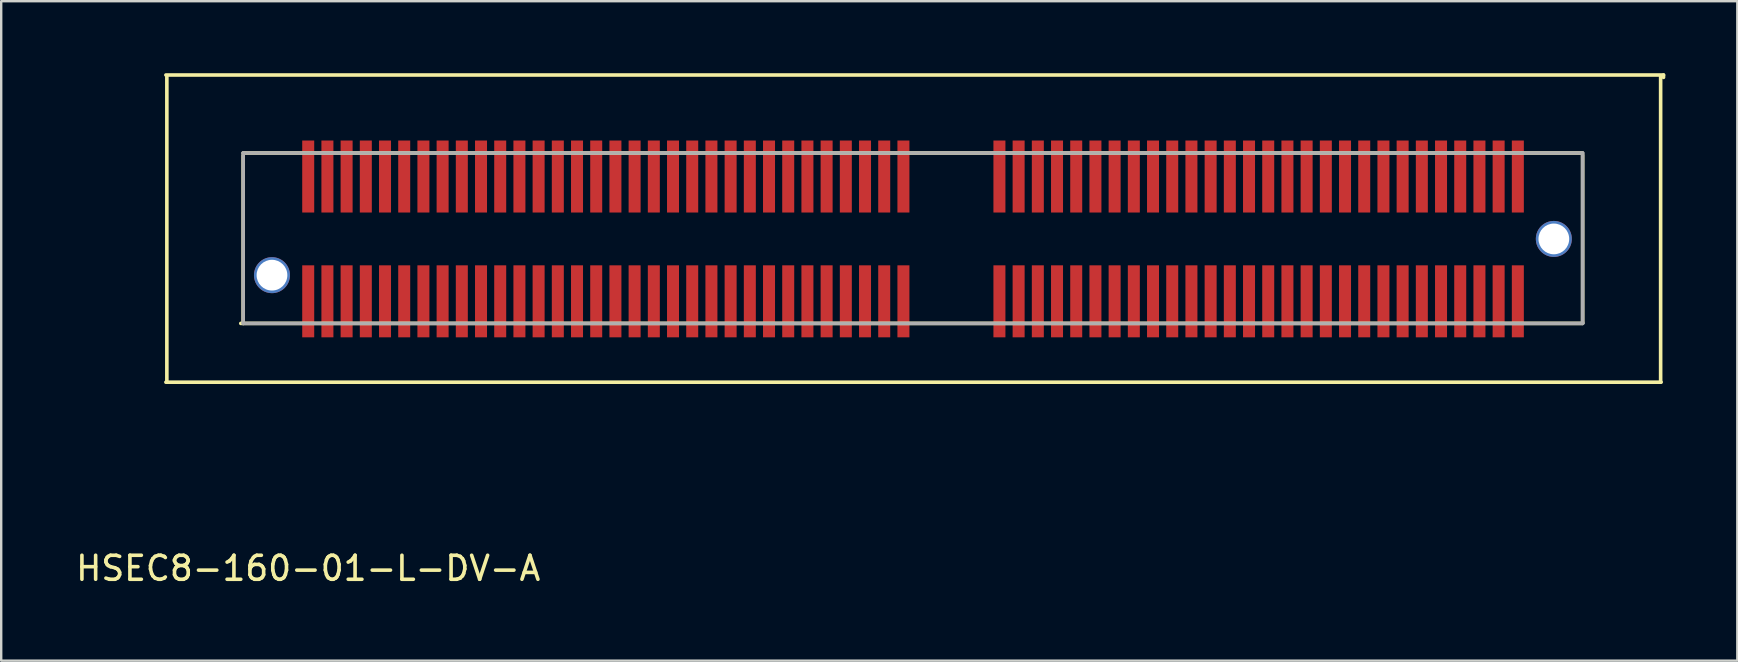
<source format=kicad_pcb>
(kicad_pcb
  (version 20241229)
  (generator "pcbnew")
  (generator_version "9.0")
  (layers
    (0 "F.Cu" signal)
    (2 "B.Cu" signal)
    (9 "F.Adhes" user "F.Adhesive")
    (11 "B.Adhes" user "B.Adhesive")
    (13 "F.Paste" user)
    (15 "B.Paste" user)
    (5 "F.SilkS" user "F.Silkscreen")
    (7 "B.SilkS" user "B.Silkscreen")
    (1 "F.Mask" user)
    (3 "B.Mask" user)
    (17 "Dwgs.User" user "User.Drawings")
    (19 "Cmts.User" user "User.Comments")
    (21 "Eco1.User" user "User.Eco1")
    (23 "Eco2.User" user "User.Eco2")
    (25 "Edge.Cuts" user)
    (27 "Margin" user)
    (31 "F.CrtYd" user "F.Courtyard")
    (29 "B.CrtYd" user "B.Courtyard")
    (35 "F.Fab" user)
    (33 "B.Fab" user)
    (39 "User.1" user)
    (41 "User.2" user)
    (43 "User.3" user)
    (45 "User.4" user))
  (footprint "HSEC8-160-01-L-DV-A"
    (layer "F.Cu")
    (at 9.792 8.605)
    (property "Reference" "HSEC8-160-01-L-DV-A" (at 0 12.025 0) (layer "F.SilkS") (effects (font (size 1 1) (thickness 0.15))))
    (attr through_hole)
    (fp_line (start -5.93 -8.53) (end 56.47 -8.53) (stroke (width 0.15) (type solid)) (layer "F.SilkS"))
    (fp_line (start -5.89 -8.46) (end -5.89 4.26) (stroke (width 0.15) (type solid)) (layer "F.SilkS"))
    (fp_line (start -2.71 -5.28) (end 53.09 -5.28) (stroke (width 0.15) (type solid)) (layer "F.SilkS"))
    (fp_line (start -2.71 -5.18) (end -2.71 1.82) (stroke (width 0.15) (type solid)) (layer "F.SilkS"))
    (fp_line (start 53.09 1.82) (end -2.81 1.82) (stroke (width 0.15) (type solid)) (layer "F.SilkS"))
    (fp_line (start 53.1 -5.2) (end 53.1 1.8) (stroke (width 0.15) (type solid)) (layer "F.SilkS"))
    (fp_line (start 56.35 -8.46) (end 56.35 4.26) (stroke (width 0.15) (type solid)) (layer "F.SilkS"))
    (fp_line (start 56.37 4.27) (end -5.93 4.27) (stroke (width 0.15) (type solid)) (layer "F.SilkS"))
    (fp_line (start 56.47 -8.53) (end 56.47 -8.43) (stroke (width 0.15) (type solid)) (layer "F.SilkS"))
    (fp_line (start -2.71 -5.28) (end -2.71 1.82) (stroke (width 0.15) (type solid)) (layer "F.Fab"))
    (fp_line (start -2.71 1.82) (end 53.1 1.82) (stroke (width 0.15) (type solid)) (layer "F.Fab"))
    (fp_line (start 53.1 -5.28) (end -2.71 -5.28) (stroke (width 0.15) (type solid)) (layer "F.Fab"))
    (fp_line (start 53.1 1.81) (end 53.1 -5.28) (stroke (width 0.15) (type solid)) (layer "F.Fab"))
    (fp_line (start 53.1 1.82) (end 53.1 1.78) (stroke (width 0.15) (type solid)) (layer "F.Fab"))
    (pad "" np_thru_hole circle (at -1.51 -0.19) (size 1.5 1.5) (drill 1.28) (layers "*.Cu" "*.Mask"))
    (pad "" np_thru_hole circle (at 51.9 -1.7) (size 1.5 1.5) (drill 1.28) (layers "*.Cu" "*.Mask"))
    (pad "1" smd rect (at 0 0) (size 0.5 3) (drill (offset 0 0.9)) (layers "F.Cu" "F.Mask" "F.Paste"))
    (pad "2" smd rect (at 0 -3.4) (size 0.5 3) (drill (offset 0 -0.9)) (layers "F.Cu" "F.Mask" "F.Paste"))
    (pad "3" smd rect (at 0.8 0) (size 0.5 3) (drill (offset 0 0.9)) (layers "F.Cu" "F.Mask" "F.Paste"))
    (pad "4" smd rect (at 0.8 -3.4) (size 0.5 3) (drill (offset 0 -0.9)) (layers "F.Cu" "F.Mask" "F.Paste"))
    (pad "5" smd rect (at 1.6 0) (size 0.5 3) (drill (offset 0 0.9)) (layers "F.Cu" "F.Mask" "F.Paste"))
    (pad "6" smd rect (at 1.6 -3.4) (size 0.5 3) (drill (offset 0 -0.9)) (layers "F.Cu" "F.Mask" "F.Paste"))
    (pad "7" smd rect (at 2.4 0) (size 0.5 3) (drill (offset 0 0.9)) (layers "F.Cu" "F.Mask" "F.Paste"))
    (pad "8" smd rect (at 2.4 -3.4) (size 0.5 3) (drill (offset 0 -0.9)) (layers "F.Cu" "F.Mask" "F.Paste"))
    (pad "9" smd rect (at 3.2 0) (size 0.5 3) (drill (offset 0 0.9)) (layers "F.Cu" "F.Mask" "F.Paste"))
    (pad "10" smd rect (at 3.2 -3.4) (size 0.5 3) (drill (offset 0 -0.9)) (layers "F.Cu" "F.Mask" "F.Paste"))
    (pad "11" smd rect (at 4 0) (size 0.5 3) (drill (offset 0 0.9)) (layers "F.Cu" "F.Mask" "F.Paste"))
    (pad "12" smd rect (at 4 -3.4) (size 0.5 3) (drill (offset 0 -0.9)) (layers "F.Cu" "F.Mask" "F.Paste"))
    (pad "13" smd rect (at 4.8 0) (size 0.5 3) (drill (offset 0 0.9)) (layers "F.Cu" "F.Mask" "F.Paste"))
    (pad "14" smd rect (at 4.8 -3.4) (size 0.5 3) (drill (offset 0 -0.9)) (layers "F.Cu" "F.Mask" "F.Paste"))
    (pad "15" smd rect (at 5.6 0) (size 0.5 3) (drill (offset 0 0.9)) (layers "F.Cu" "F.Mask" "F.Paste"))
    (pad "16" smd rect (at 5.6 -3.4) (size 0.5 3) (drill (offset 0 -0.9)) (layers "F.Cu" "F.Mask" "F.Paste"))
    (pad "17" smd rect (at 6.4 0) (size 0.5 3) (drill (offset 0 0.9)) (layers "F.Cu" "F.Mask" "F.Paste"))
    (pad "18" smd rect (at 6.4 -3.4) (size 0.5 3) (drill (offset 0 -0.9)) (layers "F.Cu" "F.Mask" "F.Paste"))
    (pad "19" smd rect (at 7.2 0) (size 0.5 3) (drill (offset 0 0.9)) (layers "F.Cu" "F.Mask" "F.Paste"))
    (pad "20" smd rect (at 7.2 -3.4) (size 0.5 3) (drill (offset 0 -0.9)) (layers "F.Cu" "F.Mask" "F.Paste"))
    (pad "21" smd rect (at 8 0) (size 0.5 3) (drill (offset 0 0.9)) (layers "F.Cu" "F.Mask" "F.Paste"))
    (pad "22" smd rect (at 8 -3.4) (size 0.5 3) (drill (offset 0 -0.9)) (layers "F.Cu" "F.Mask" "F.Paste"))
    (pad "23" smd rect (at 8.8 0) (size 0.5 3) (drill (offset 0 0.9)) (layers "F.Cu" "F.Mask" "F.Paste"))
    (pad "24" smd rect (at 8.8 -3.4) (size 0.5 3) (drill (offset 0 -0.9)) (layers "F.Cu" "F.Mask" "F.Paste"))
    (pad "25" smd rect (at 9.6 0) (size 0.5 3) (drill (offset 0 0.9)) (layers "F.Cu" "F.Mask" "F.Paste"))
    (pad "26" smd rect (at 9.6 -3.4) (size 0.5 3) (drill (offset 0 -0.9)) (layers "F.Cu" "F.Mask" "F.Paste"))
    (pad "27" smd rect (at 10.4 0) (size 0.5 3) (drill (offset 0 0.9)) (layers "F.Cu" "F.Mask" "F.Paste"))
    (pad "28" smd rect (at 10.4 -3.4) (size 0.5 3) (drill (offset 0 -0.9)) (layers "F.Cu" "F.Mask" "F.Paste"))
    (pad "29" smd rect (at 11.2 0) (size 0.5 3) (drill (offset 0 0.9)) (layers "F.Cu" "F.Mask" "F.Paste"))
    (pad "30" smd rect (at 11.2 -3.4) (size 0.5 3) (drill (offset 0 -0.9)) (layers "F.Cu" "F.Mask" "F.Paste"))
    (pad "31" smd rect (at 12 0) (size 0.5 3) (drill (offset 0 0.9)) (layers "F.Cu" "F.Mask" "F.Paste"))
    (pad "32" smd rect (at 12 -3.4) (size 0.5 3) (drill (offset 0 -0.9)) (layers "F.Cu" "F.Mask" "F.Paste"))
    (pad "33" smd rect (at 12.8 0) (size 0.5 3) (drill (offset 0 0.9)) (layers "F.Cu" "F.Mask" "F.Paste"))
    (pad "34" smd rect (at 12.8 -3.4) (size 0.5 3) (drill (offset 0 -0.9)) (layers "F.Cu" "F.Mask" "F.Paste"))
    (pad "35" smd rect (at 13.6 0) (size 0.5 3) (drill (offset 0 0.9)) (layers "F.Cu" "F.Mask" "F.Paste"))
    (pad "36" smd rect (at 13.6 -3.4) (size 0.5 3) (drill (offset 0 -0.9)) (layers "F.Cu" "F.Mask" "F.Paste"))
    (pad "37" smd rect (at 14.4 0) (size 0.5 3) (drill (offset 0 0.9)) (layers "F.Cu" "F.Mask" "F.Paste"))
    (pad "38" smd rect (at 14.4 -3.4) (size 0.5 3) (drill (offset 0 -0.9)) (layers "F.Cu" "F.Mask" "F.Paste"))
    (pad "39" smd rect (at 15.2 0) (size 0.5 3) (drill (offset 0 0.9)) (layers "F.Cu" "F.Mask" "F.Paste"))
    (pad "40" smd rect (at 15.2 -3.4) (size 0.5 3) (drill (offset 0 -0.9)) (layers "F.Cu" "F.Mask" "F.Paste"))
    (pad "41" smd rect (at 16 0) (size 0.5 3) (drill (offset 0 0.9)) (layers "F.Cu" "F.Mask" "F.Paste"))
    (pad "42" smd rect (at 16 -3.4) (size 0.5 3) (drill (offset 0 -0.9)) (layers "F.Cu" "F.Mask" "F.Paste"))
    (pad "43" smd rect (at 16.8 0) (size 0.5 3) (drill (offset 0 0.9)) (layers "F.Cu" "F.Mask" "F.Paste"))
    (pad "44" smd rect (at 16.8 -3.4) (size 0.5 3) (drill (offset 0 -0.9)) (layers "F.Cu" "F.Mask" "F.Paste"))
    (pad "45" smd rect (at 17.6 0) (size 0.5 3) (drill (offset 0 0.9)) (layers "F.Cu" "F.Mask" "F.Paste"))
    (pad "46" smd rect (at 17.6 -3.4) (size 0.5 3) (drill (offset 0 -0.9)) (layers "F.Cu" "F.Mask" "F.Paste"))
    (pad "47" smd rect (at 18.4 0) (size 0.5 3) (drill (offset 0 0.9)) (layers "F.Cu" "F.Mask" "F.Paste"))
    (pad "48" smd rect (at 18.4 -3.4) (size 0.5 3) (drill (offset 0 -0.9)) (layers "F.Cu" "F.Mask" "F.Paste"))
    (pad "49" smd rect (at 19.2 0) (size 0.5 3) (drill (offset 0 0.9)) (layers "F.Cu" "F.Mask" "F.Paste"))
    (pad "50" smd rect (at 19.2 -3.4) (size 0.5 3) (drill (offset 0 -0.9)) (layers "F.Cu" "F.Mask" "F.Paste"))
    (pad "51" smd rect (at 20 0) (size 0.5 3) (drill (offset 0 0.9)) (layers "F.Cu" "F.Mask" "F.Paste"))
    (pad "52" smd rect (at 20 -3.4) (size 0.5 3) (drill (offset 0 -0.9)) (layers "F.Cu" "F.Mask" "F.Paste"))
    (pad "53" smd rect (at 20.8 0) (size 0.5 3) (drill (offset 0 0.9)) (layers "F.Cu" "F.Mask" "F.Paste"))
    (pad "54" smd rect (at 20.8 -3.4) (size 0.5 3) (drill (offset 0 -0.9)) (layers "F.Cu" "F.Mask" "F.Paste"))
    (pad "55" smd rect (at 21.6 0) (size 0.5 3) (drill (offset 0 0.9)) (layers "F.Cu" "F.Mask" "F.Paste"))
    (pad "56" smd rect (at 21.6 -3.4) (size 0.5 3) (drill (offset 0 -0.9)) (layers "F.Cu" "F.Mask" "F.Paste"))
    (pad "57" smd rect (at 22.4 0) (size 0.5 3) (drill (offset 0 0.9)) (layers "F.Cu" "F.Mask" "F.Paste"))
    (pad "58" smd rect (at 22.4 -3.4) (size 0.5 3) (drill (offset 0 -0.9)) (layers "F.Cu" "F.Mask" "F.Paste"))
    (pad "59" smd rect (at 23.2 0) (size 0.5 3) (drill (offset 0 0.9)) (layers "F.Cu" "F.Mask" "F.Paste"))
    (pad "60" smd rect (at 23.2 -3.4) (size 0.5 3) (drill (offset 0 -0.9)) (layers "F.Cu" "F.Mask" "F.Paste"))
    (pad "61" smd rect (at 24 0) (size 0.5 3) (drill (offset 0 0.9)) (layers "F.Cu" "F.Mask" "F.Paste"))
    (pad "62" smd rect (at 24 -3.4) (size 0.5 3) (drill (offset 0 -0.9)) (layers "F.Cu" "F.Mask" "F.Paste"))
    (pad "63" smd rect (at 24.8 0) (size 0.5 3) (drill (offset 0 0.9)) (layers "F.Cu" "F.Mask" "F.Paste"))
    (pad "64" smd rect (at 24.8 -3.4) (size 0.5 3) (drill (offset 0 -0.9)) (layers "F.Cu" "F.Mask" "F.Paste"))
    (pad "65" smd rect (at 28.8 0) (size 0.5 3) (drill (offset 0 0.9)) (layers "F.Cu" "F.Mask" "F.Paste"))
    (pad "66" smd rect (at 28.8 -3.4) (size 0.5 3) (drill (offset 0 -0.9)) (layers "F.Cu" "F.Mask" "F.Paste"))
    (pad "67" smd rect (at 29.6 0) (size 0.5 3) (drill (offset 0 0.9)) (layers "F.Cu" "F.Mask" "F.Paste"))
    (pad "68" smd rect (at 29.6 -3.4) (size 0.5 3) (drill (offset 0 -0.9)) (layers "F.Cu" "F.Mask" "F.Paste"))
    (pad "69" smd rect (at 30.4 0) (size 0.5 3) (drill (offset 0 0.9)) (layers "F.Cu" "F.Mask" "F.Paste"))
    (pad "70" smd rect (at 30.4 -3.4) (size 0.5 3) (drill (offset 0 -0.9)) (layers "F.Cu" "F.Mask" "F.Paste"))
    (pad "71" smd rect (at 31.2 0) (size 0.5 3) (drill (offset 0 0.9)) (layers "F.Cu" "F.Mask" "F.Paste"))
    (pad "72" smd rect (at 31.2 -3.4) (size 0.5 3) (drill (offset 0 -0.9)) (layers "F.Cu" "F.Mask" "F.Paste"))
    (pad "73" smd rect (at 32 0) (size 0.5 3) (drill (offset 0 0.9)) (layers "F.Cu" "F.Mask" "F.Paste"))
    (pad "74" smd rect (at 32 -3.4) (size 0.5 3) (drill (offset 0 -0.9)) (layers "F.Cu" "F.Mask" "F.Paste"))
    (pad "75" smd rect (at 32.8 0) (size 0.5 3) (drill (offset 0 0.9)) (layers "F.Cu" "F.Mask" "F.Paste"))
    (pad "76" smd rect (at 32.8 -3.4) (size 0.5 3) (drill (offset 0 -0.9)) (layers "F.Cu" "F.Mask" "F.Paste"))
    (pad "77" smd rect (at 33.6 0) (size 0.5 3) (drill (offset 0 0.9)) (layers "F.Cu" "F.Mask" "F.Paste"))
    (pad "78" smd rect (at 33.6 -3.4) (size 0.5 3) (drill (offset 0 -0.9)) (layers "F.Cu" "F.Mask" "F.Paste"))
    (pad "79" smd rect (at 34.4 0) (size 0.5 3) (drill (offset 0 0.9)) (layers "F.Cu" "F.Mask" "F.Paste"))
    (pad "80" smd rect (at 34.4 -3.4) (size 0.5 3) (drill (offset 0 -0.9)) (layers "F.Cu" "F.Mask" "F.Paste"))
    (pad "81" smd rect (at 35.2 0) (size 0.5 3) (drill (offset 0 0.9)) (layers "F.Cu" "F.Mask" "F.Paste"))
    (pad "82" smd rect (at 35.2 -3.4) (size 0.5 3) (drill (offset 0 -0.9)) (layers "F.Cu" "F.Mask" "F.Paste"))
    (pad "83" smd rect (at 36 0) (size 0.5 3) (drill (offset 0 0.9)) (layers "F.Cu" "F.Mask" "F.Paste"))
    (pad "84" smd rect (at 36 -3.4) (size 0.5 3) (drill (offset 0 -0.9)) (layers "F.Cu" "F.Mask" "F.Paste"))
    (pad "85" smd rect (at 36.8 0) (size 0.5 3) (drill (offset 0 0.9)) (layers "F.Cu" "F.Mask" "F.Paste"))
    (pad "86" smd rect (at 36.8 -3.4) (size 0.5 3) (drill (offset 0 -0.9)) (layers "F.Cu" "F.Mask" "F.Paste"))
    (pad "87" smd rect (at 37.6 0) (size 0.5 3) (drill (offset 0 0.9)) (layers "F.Cu" "F.Mask" "F.Paste"))
    (pad "88" smd rect (at 37.6 -3.4) (size 0.5 3) (drill (offset 0 -0.9)) (layers "F.Cu" "F.Mask" "F.Paste"))
    (pad "89" smd rect (at 38.4 0) (size 0.5 3) (drill (offset 0 0.9)) (layers "F.Cu" "F.Mask" "F.Paste"))
    (pad "90" smd rect (at 38.4 -3.4) (size 0.5 3) (drill (offset 0 -0.9)) (layers "F.Cu" "F.Mask" "F.Paste"))
    (pad "91" smd rect (at 39.2 0) (size 0.5 3) (drill (offset 0 0.9)) (layers "F.Cu" "F.Mask" "F.Paste"))
    (pad "92" smd rect (at 39.2 -3.4) (size 0.5 3) (drill (offset 0 -0.9)) (layers "F.Cu" "F.Mask" "F.Paste"))
    (pad "93" smd rect (at 40 0) (size 0.5 3) (drill (offset 0 0.9)) (layers "F.Cu" "F.Mask" "F.Paste"))
    (pad "94" smd rect (at 40 -3.4) (size 0.5 3) (drill (offset 0 -0.9)) (layers "F.Cu" "F.Mask" "F.Paste"))
    (pad "95" smd rect (at 40.8 0) (size 0.5 3) (drill (offset 0 0.9)) (layers "F.Cu" "F.Mask" "F.Paste"))
    (pad "96" smd rect (at 40.8 -3.4) (size 0.5 3) (drill (offset 0 -0.9)) (layers "F.Cu" "F.Mask" "F.Paste"))
    (pad "97" smd rect (at 41.6 0) (size 0.5 3) (drill (offset 0 0.9)) (layers "F.Cu" "F.Mask" "F.Paste"))
    (pad "98" smd rect (at 41.6 -3.4) (size 0.5 3) (drill (offset 0 -0.9)) (layers "F.Cu" "F.Mask" "F.Paste"))
    (pad "99" smd rect (at 42.4 0) (size 0.5 3) (drill (offset 0 0.9)) (layers "F.Cu" "F.Mask" "F.Paste"))
    (pad "100" smd rect (at 42.4 -3.4) (size 0.5 3) (drill (offset 0 -0.9)) (layers "F.Cu" "F.Mask" "F.Paste"))
    (pad "101" smd rect (at 43.2 0) (size 0.5 3) (drill (offset 0 0.9)) (layers "F.Cu" "F.Mask" "F.Paste"))
    (pad "102" smd rect (at 43.2 -3.4) (size 0.5 3) (drill (offset 0 -0.9)) (layers "F.Cu" "F.Mask" "F.Paste"))
    (pad "103" smd rect (at 44 0) (size 0.5 3) (drill (offset 0 0.9)) (layers "F.Cu" "F.Mask" "F.Paste"))
    (pad "104" smd rect (at 44 -3.4) (size 0.5 3) (drill (offset 0 -0.9)) (layers "F.Cu" "F.Mask" "F.Paste"))
    (pad "105" smd rect (at 44.8 0) (size 0.5 3) (drill (offset 0 0.9)) (layers "F.Cu" "F.Mask" "F.Paste"))
    (pad "106" smd rect (at 44.8 -3.4) (size 0.5 3) (drill (offset 0 -0.9)) (layers "F.Cu" "F.Mask" "F.Paste"))
    (pad "107" smd rect (at 45.6 0) (size 0.5 3) (drill (offset 0 0.9)) (layers "F.Cu" "F.Mask" "F.Paste"))
    (pad "108" smd rect (at 45.6 -3.4) (size 0.5 3) (drill (offset 0 -0.9)) (layers "F.Cu" "F.Mask" "F.Paste"))
    (pad "109" smd rect (at 46.4 0) (size 0.5 3) (drill (offset 0 0.9)) (layers "F.Cu" "F.Mask" "F.Paste"))
    (pad "110" smd rect (at 46.4 -3.4) (size 0.5 3) (drill (offset 0 -0.9)) (layers "F.Cu" "F.Mask" "F.Paste"))
    (pad "111" smd rect (at 47.2 0) (size 0.5 3) (drill (offset 0 0.9)) (layers "F.Cu" "F.Mask" "F.Paste"))
    (pad "112" smd rect (at 47.2 -3.4) (size 0.5 3) (drill (offset 0 -0.9)) (layers "F.Cu" "F.Mask" "F.Paste"))
    (pad "113" smd rect (at 48 0) (size 0.5 3) (drill (offset 0 0.9)) (layers "F.Cu" "F.Mask" "F.Paste"))
    (pad "114" smd rect (at 48 -3.4) (size 0.5 3) (drill (offset 0 -0.9)) (layers "F.Cu" "F.Mask" "F.Paste"))
    (pad "115" smd rect (at 48.8 0) (size 0.5 3) (drill (offset 0 0.9)) (layers "F.Cu" "F.Mask" "F.Paste"))
    (pad "116" smd rect (at 48.8 -3.4) (size 0.5 3) (drill (offset 0 -0.9)) (layers "F.Cu" "F.Mask" "F.Paste"))
    (pad "117" smd rect (at 49.6 0) (size 0.5 3) (drill (offset 0 0.9)) (layers "F.Cu" "F.Mask" "F.Paste"))
    (pad "118" smd rect (at 49.6 -3.4) (size 0.5 3) (drill (offset 0 -0.9)) (layers "F.Cu" "F.Mask" "F.Paste"))
    (pad "119" smd rect (at 50.4 0) (size 0.5 3) (drill (offset 0 0.9)) (layers "F.Cu" "F.Mask" "F.Paste"))
    (pad "120" smd rect (at 50.4 -3.4) (size 0.5 3) (drill (offset 0 -0.9)) (layers "F.Cu" "F.Mask" "F.Paste")))
  (gr_rect
    (start -3 -3)
    (end 69.337 24.478)
    (stroke (width 0.1) (type default))
    (fill no)
    (layer "Edge.Cuts")))
</source>
